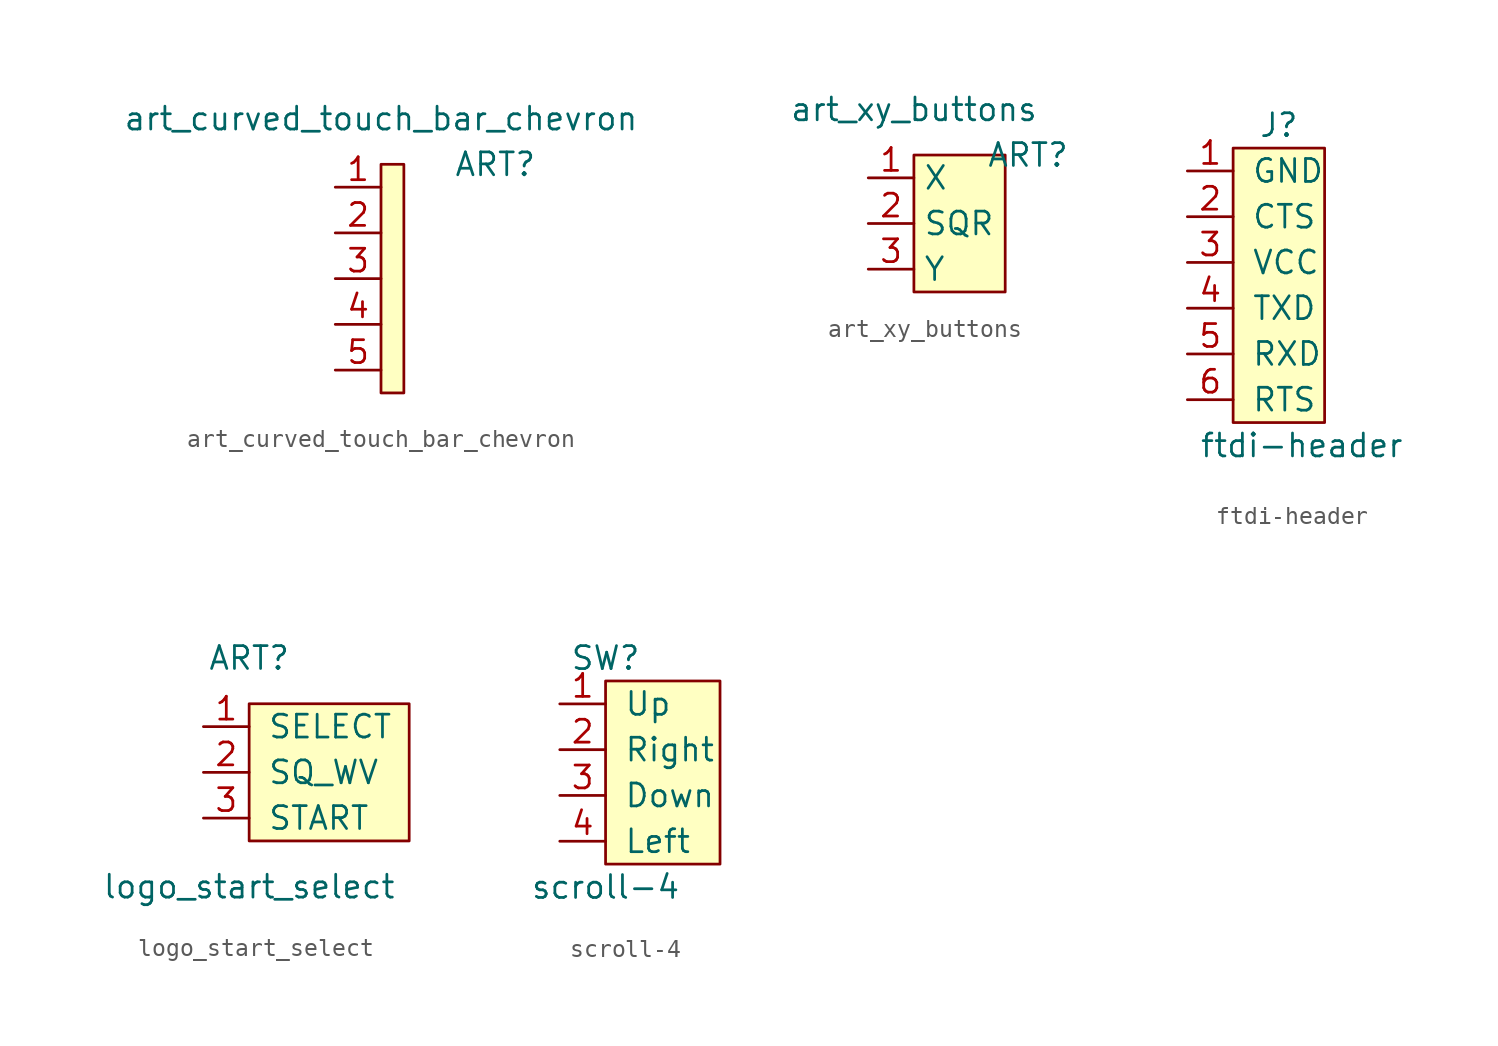
<source format=kicad_sym>
(kicad_symbol_lib
  (version 20220914)
  (generator kicad_symbol_editor)
  (symbol "art_curved_touch_bar_chevron"
    (property "Reference" "ART"
      (at 6.35 -2.54 0)
      (effects (font (size 1.27 1.27))))
    (property "Value" "art_curved_touch_bar_chevron"
      (at 0 0 0)
      (effects (font (size 1.27 1.27))))
    (symbol "art_curved_touch_bar_chevron_0_1"
      (rectangle (start 0 -2.54) (end 1.27 -15.24) (stroke (width 0) (type default)) (fill (type background))))
    (symbol "art_curved_touch_bar_chevron_1_1"
      (pin input line (at -2.54 -3.81 0) (length 2.54) (name "" (effects (font (size 1.27 1.27)))) (number "1" (effects (font (size 1.27 1.27)))))
      (pin input line (at -2.54 -6.35 0) (length 2.54) (name "" (effects (font (size 1.27 1.27)))) (number "2" (effects (font (size 1.27 1.27)))))
      (pin input line (at -2.54 -8.89 0) (length 2.54) (name "" (effects (font (size 1.27 1.27)))) (number "3" (effects (font (size 1.27 1.27)))))
      (pin input line (at -2.54 -11.43 0) (length 2.54) (name "" (effects (font (size 1.27 1.27)))) (number "4" (effects (font (size 1.27 1.27)))))
      (pin input line (at -2.54 -13.97 0) (length 2.54) (name "" (effects (font (size 1.27 1.27)))) (number "5" (effects (font (size 1.27 1.27)))))))
  (symbol "art_xy_buttons"
    (property "Reference" "ART"
      (at 6.35 -2.54 0)
      (effects (font (size 1.27 1.27))))
    (property "Value" "art_xy_buttons"
      (at 0 0 0)
      (effects (font (size 1.27 1.27))))
    (symbol "art_xy_buttons_0_1"
      (rectangle (start 0 -2.54) (end 5.08 -10.16) (stroke (width 0) (type default)) (fill (type background))))
    (symbol "art_xy_buttons_1_1"
      (pin input line (at -2.54 -3.81 0) (length 2.54) (name "X" (effects (font (size 1.27 1.27)))) (number "1" (effects (font (size 1.27 1.27)))))
      (pin input line (at -2.54 -6.35 0) (length 2.54) (name "SQR" (effects (font (size 1.27 1.27)))) (number "2" (effects (font (size 1.27 1.27)))))
      (pin input line (at -2.54 -8.89 0) (length 2.54) (name "Y" (effects (font (size 1.27 1.27)))) (number "3" (effects (font (size 1.27 1.27)))))))
  (symbol "ftdi-header"
    (pin_names
      (offset 1.016))
    (property "Reference" "J"
      (at 2.54 10.16 0)
      (effects (font (size 1.27 1.27))))
    (property "Value" "ftdi-header"
      (at 3.81 -7.62 0)
      (effects (font (size 1.27 1.27))))
    (symbol "ftdi-header_0_1"
      (rectangle (start 0 8.89) (end 5.08 -6.35) (stroke (width 0) (type default)) (fill (type background))))
    (symbol "ftdi-header_1_1"
      (pin power_in line (at -2.54 7.62 0) (length 2.54) (name "GND" (effects (font (size 1.27 1.27)))) (number "1" (effects (font (size 1.27 1.27)))))
      (pin input line (at -2.54 5.08 0) (length 2.54) (name "CTS" (effects (font (size 1.27 1.27)))) (number "2" (effects (font (size 1.27 1.27)))))
      (pin power_out line (at -2.54 2.54 0) (length 2.54) (name "VCC" (effects (font (size 1.27 1.27)))) (number "3" (effects (font (size 1.27 1.27)))))
      (pin output line (at -2.54 0 0) (length 2.54) (name "TXD" (effects (font (size 1.27 1.27)))) (number "4" (effects (font (size 1.27 1.27)))))
      (pin input line (at -2.54 -2.54 0) (length 2.54) (name "RXD" (effects (font (size 1.27 1.27)))) (number "5" (effects (font (size 1.27 1.27)))))
      (pin output line (at -2.54 -5.08 0) (length 2.54) (name "RTS" (effects (font (size 1.27 1.27)))) (number "6" (effects (font (size 1.27 1.27)))))))
  (symbol "logo_start_select"
    (pin_names
      (offset 1.016))
    (property "Reference" "ART"
      (at 0 6.35 0)
      (effects (font (size 1.27 1.27))))
    (property "Value" "logo_start_select"
      (at 0 -6.35 0)
      (effects (font (size 1.27 1.27))))
    (symbol "logo_start_select_0_1"
      (rectangle (start 0 3.81) (end 8.89 -3.81) (stroke (width 0) (type default)) (fill (type background))))
    (symbol "logo_start_select_1_1"
      (pin input line (at -2.54 2.54 0) (length 2.54) (name "SELECT" (effects (font (size 1.27 1.27)))) (number "1" (effects (font (size 1.27 1.27)))))
      (pin input line (at -2.54 0 0) (length 2.54) (name "SQ_WV" (effects (font (size 1.27 1.27)))) (number "2" (effects (font (size 1.27 1.27)))))
      (pin input line (at -2.54 -2.54 0) (length 2.54) (name "START" (effects (font (size 1.27 1.27)))) (number "3" (effects (font (size 1.27 1.27)))))))
  (symbol "scroll-4"
    (pin_names
      (offset 1.016))
    (property "Reference" "SW"
      (at 0 6.35 0)
      (effects (font (size 1.27 1.27))))
    (property "Value" "scroll-4"
      (at 0 -6.35 0)
      (effects (font (size 1.27 1.27))))
    (symbol "scroll-4_0_1"
      (rectangle (start 0 5.08) (end 6.35 -5.08) (stroke (width 0) (type default)) (fill (type background))))
    (symbol "scroll-4_1_1"
      (pin input line (at -2.54 3.81 0) (length 2.54) (name "Up" (effects (font (size 1.27 1.27)))) (number "1" (effects (font (size 1.27 1.27)))))
      (pin input line (at -2.54 1.27 0) (length 2.54) (name "Right" (effects (font (size 1.27 1.27)))) (number "2" (effects (font (size 1.27 1.27)))))
      (pin input line (at -2.54 -1.27 0) (length 2.54) (name "Down" (effects (font (size 1.27 1.27)))) (number "3" (effects (font (size 1.27 1.27)))))
      (pin input line (at -2.54 -3.81 0) (length 2.54) (name "Left" (effects (font (size 1.27 1.27)))) (number "4" (effects (font (size 1.27 1.27))))))))
</source>
